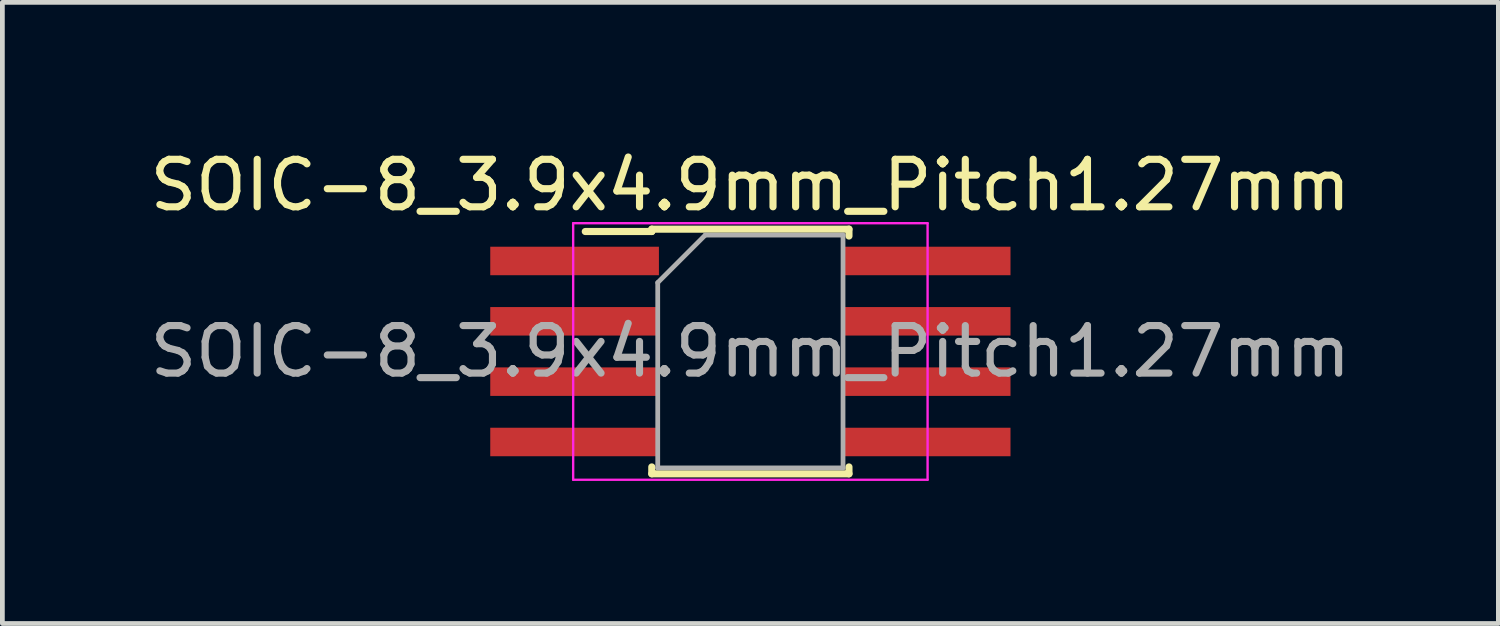
<source format=kicad_pcb>
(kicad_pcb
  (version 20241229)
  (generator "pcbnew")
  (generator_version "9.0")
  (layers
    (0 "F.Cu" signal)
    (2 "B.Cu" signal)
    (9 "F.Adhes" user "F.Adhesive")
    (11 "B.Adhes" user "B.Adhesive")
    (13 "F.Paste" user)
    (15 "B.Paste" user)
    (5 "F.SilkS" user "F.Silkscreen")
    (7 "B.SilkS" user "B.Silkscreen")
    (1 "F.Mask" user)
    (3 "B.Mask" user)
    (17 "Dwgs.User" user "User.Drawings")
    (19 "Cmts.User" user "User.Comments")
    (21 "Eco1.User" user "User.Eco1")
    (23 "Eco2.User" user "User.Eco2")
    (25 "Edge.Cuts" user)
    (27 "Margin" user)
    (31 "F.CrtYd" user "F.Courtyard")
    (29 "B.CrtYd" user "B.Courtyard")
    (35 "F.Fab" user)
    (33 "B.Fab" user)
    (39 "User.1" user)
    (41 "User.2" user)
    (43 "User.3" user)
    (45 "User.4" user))
  (footprint "SOIC-8_3.9x4.9mm_Pitch1.27mm"
    (layer "F.Cu")
    (at 12.744 4.348)
    (property "Reference" "SOIC-8_3.9x4.9mm_Pitch1.27mm" (at 0 -3.5 0) (layer "F.SilkS") (effects (font (size 1 1) (thickness 0.15))))
    (attr smd)
    (fp_line (start -2.075 -2.575) (end -2.075 -2.525) (stroke (width 0.15) (type solid)) (layer "F.SilkS"))
    (fp_line (start -2.075 -2.575) (end 2.075 -2.575) (stroke (width 0.15) (type solid)) (layer "F.SilkS"))
    (fp_line (start -2.075 -2.525) (end -3.475 -2.525) (stroke (width 0.15) (type solid)) (layer "F.SilkS"))
    (fp_line (start -2.075 2.575) (end -2.075 2.43) (stroke (width 0.15) (type solid)) (layer "F.SilkS"))
    (fp_line (start -2.075 2.575) (end 2.075 2.575) (stroke (width 0.15) (type solid)) (layer "F.SilkS"))
    (fp_line (start 2.075 -2.575) (end 2.075 -2.43) (stroke (width 0.15) (type solid)) (layer "F.SilkS"))
    (fp_line (start 2.075 2.575) (end 2.075 2.43) (stroke (width 0.15) (type solid)) (layer "F.SilkS"))
    (fp_line (start -3.73 -2.7) (end -3.73 2.7) (stroke (width 0.05) (type solid)) (layer "F.CrtYd"))
    (fp_line (start -3.73 -2.7) (end 3.73 -2.7) (stroke (width 0.05) (type solid)) (layer "F.CrtYd"))
    (fp_line (start -3.73 2.7) (end 3.73 2.7) (stroke (width 0.05) (type solid)) (layer "F.CrtYd"))
    (fp_line (start 3.73 -2.7) (end 3.73 2.7) (stroke (width 0.05) (type solid)) (layer "F.CrtYd"))
    (fp_line (start -1.95 -1.45) (end -0.95 -2.45) (stroke (width 0.1) (type solid)) (layer "F.Fab"))
    (fp_line (start -1.95 2.45) (end -1.95 -1.45) (stroke (width 0.1) (type solid)) (layer "F.Fab"))
    (fp_line (start -0.95 -2.45) (end 1.95 -2.45) (stroke (width 0.1) (type solid)) (layer "F.Fab"))
    (fp_line (start 1.95 -2.45) (end 1.95 2.45) (stroke (width 0.1) (type solid)) (layer "F.Fab"))
    (fp_line (start 1.95 2.45) (end -1.95 2.45) (stroke (width 0.1) (type solid)) (layer "F.Fab"))
    (fp_text user "${REFERENCE}" (at 0 0 0) (layer "F.Fab") (effects (font (size 1 1) (thickness 0.15))))
    (pad "1" smd rect (at -3.7 -1.905) (size 3.55 0.6) (layers "F.Cu" "F.Mask" "F.Paste"))
    (pad "2" smd rect (at -3.7 -0.635) (size 3.55 0.6) (layers "F.Cu" "F.Mask" "F.Paste"))
    (pad "3" smd rect (at -3.7 0.635) (size 3.55 0.6) (layers "F.Cu" "F.Mask" "F.Paste"))
    (pad "4" smd rect (at -3.7 1.905) (size 3.55 0.6) (layers "F.Cu" "F.Mask" "F.Paste"))
    (pad "5" smd rect (at 3.7 1.905) (size 3.55 0.6) (layers "F.Cu" "F.Mask" "F.Paste"))
    (pad "6" smd rect (at 3.7 0.635) (size 3.55 0.6) (layers "F.Cu" "F.Mask" "F.Paste"))
    (pad "7" smd rect (at 3.7 -0.635) (size 3.55 0.6) (layers "F.Cu" "F.Mask" "F.Paste"))
    (pad "8" smd rect (at 3.7 -1.905) (size 3.55 0.6) (layers "F.Cu" "F.Mask" "F.Paste")))
  (gr_rect
    (start -3 -3)
    (end 28.488 10.073)
    (stroke (width 0.1) (type default))
    (fill no)
    (layer "Edge.Cuts")))
</source>
